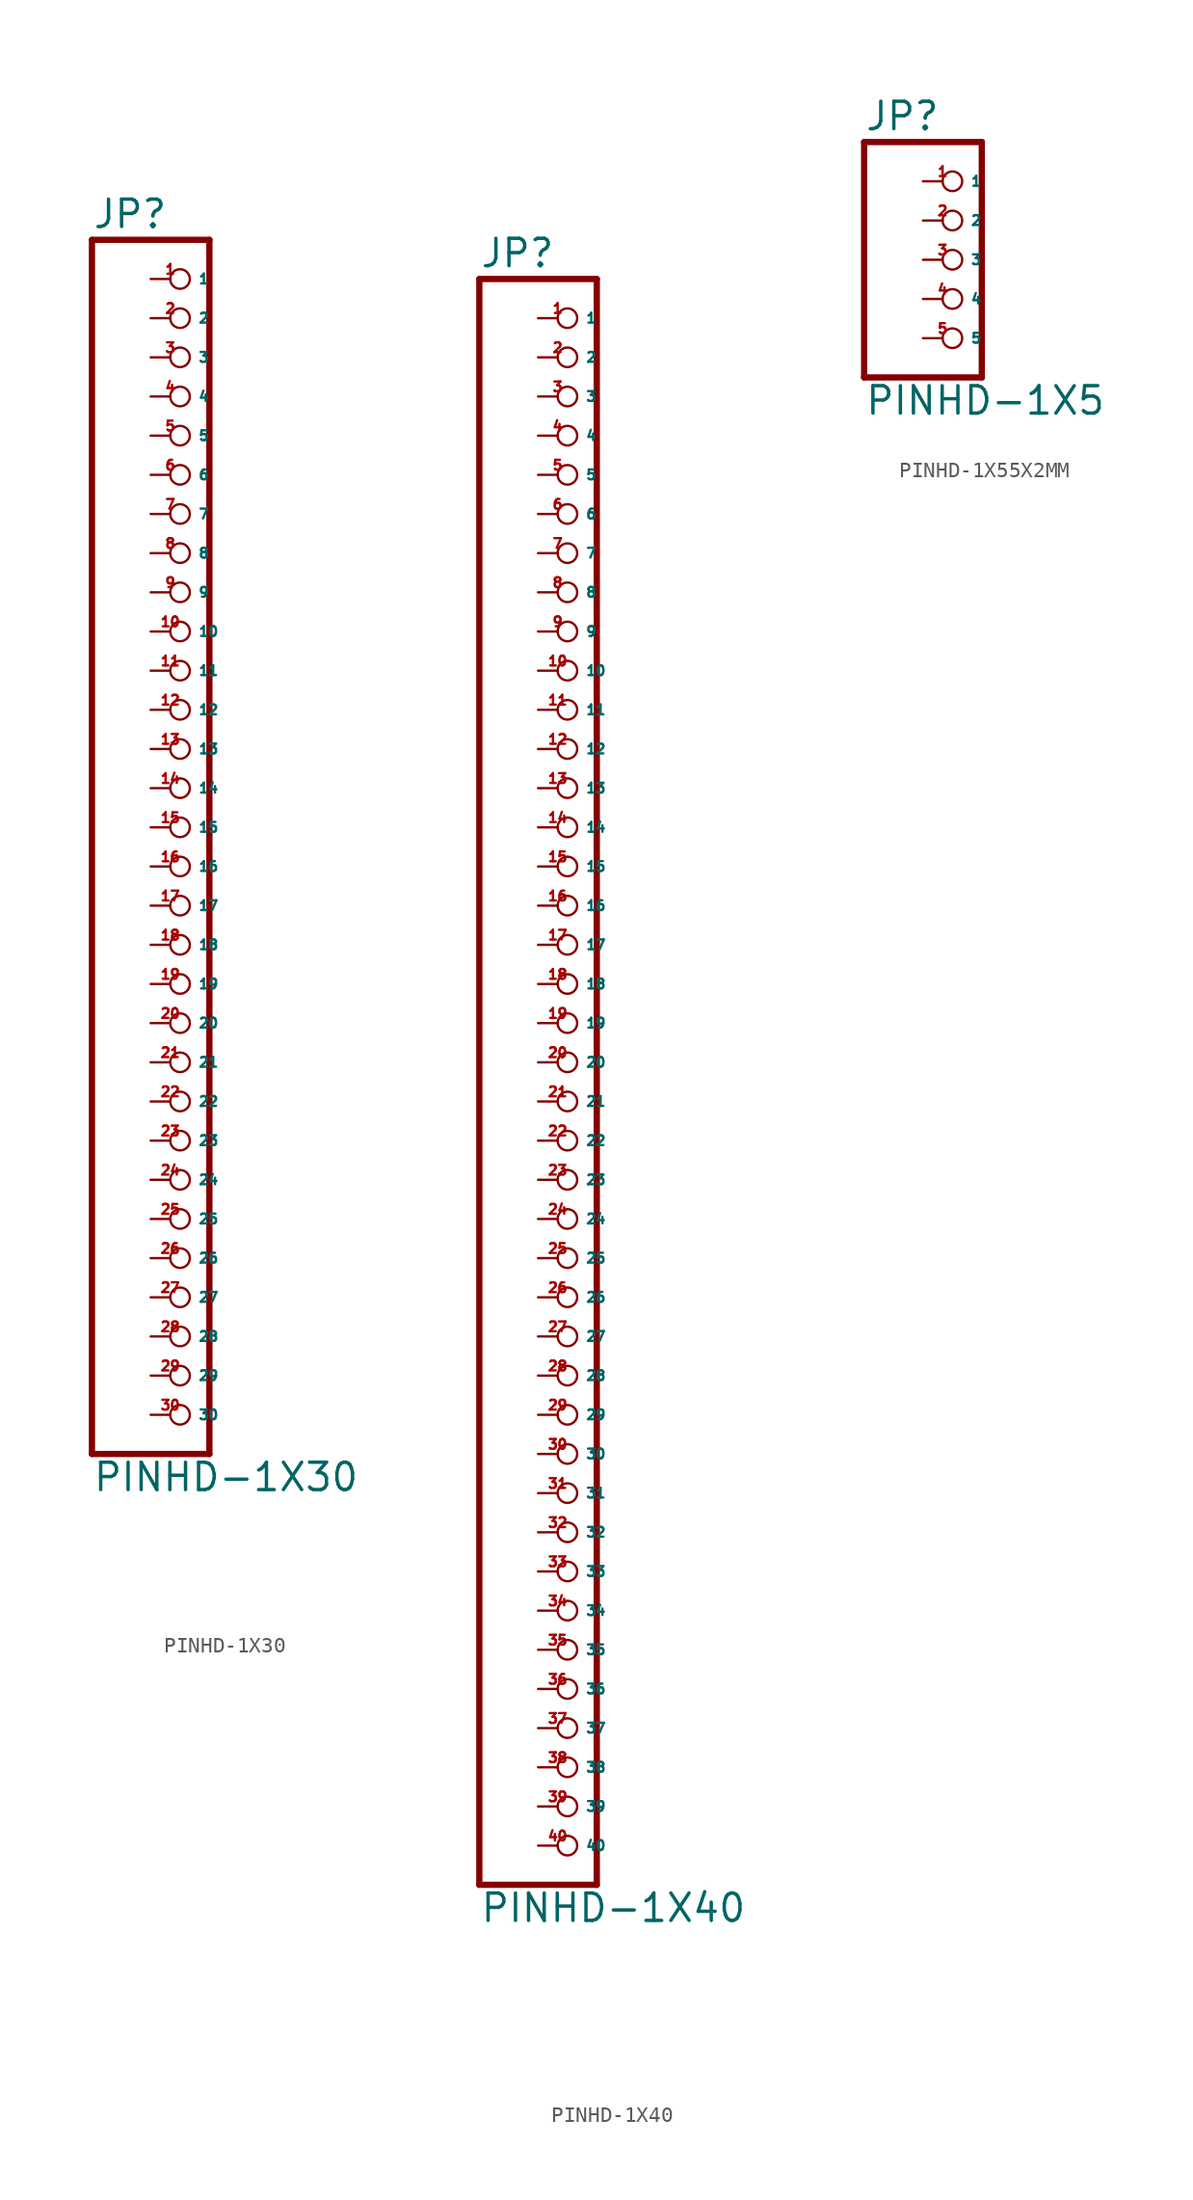
<source format=kicad_sym>
(kicad_symbol_lib
  (version 20220914)
  (generator Eagle2Kicad)
  (symbol "PINHD-1X30"
    (property "Reference" "JP"
      (at -6.35 38.735 0)
      (effects (font (size 1.778 1.778) (thickness 0.22)) (justify left bottom)))
    (property "Value" "PINHD-1X30"
      (at -6.35 -43.18 0)
      (effects (font (size 1.778 1.778) (thickness 0.22)) (justify left bottom)))
    (polyline
      (pts (xy -6.35 -40.64) (xy 1.27 -40.64))
      (stroke (width 0.406) (type default))
      (fill (type none)))
    (polyline
      (pts (xy 1.27 -40.64) (xy 1.27 38.1))
      (stroke (width 0.406) (type default))
      (fill (type none)))
    (polyline
      (pts (xy 1.27 38.1) (xy -6.35 38.1))
      (stroke (width 0.406) (type default))
      (fill (type none)))
    (polyline
      (pts (xy -6.35 38.1) (xy -6.35 -40.64))
      (stroke (width 0.406) (type default))
      (fill (type none)))
    (pin passive inverted
      (at -2.54 35.56 0)
      (length 2.54)
      (name "1" (effects (font (size 0.635 0.635) (thickness 0.08)) (justify left bottom)))
      (number "1" (effects (font (size 0.635 0.635) (thickness 0.08)) (justify left bottom))))
    (pin passive inverted
      (at -2.54 33.02 0)
      (length 2.54)
      (name "2" (effects (font (size 0.635 0.635) (thickness 0.08)) (justify left bottom)))
      (number "2" (effects (font (size 0.635 0.635) (thickness 0.08)) (justify left bottom))))
    (pin passive inverted
      (at -2.54 30.48 0)
      (length 2.54)
      (name "3" (effects (font (size 0.635 0.635) (thickness 0.08)) (justify left bottom)))
      (number "3" (effects (font (size 0.635 0.635) (thickness 0.08)) (justify left bottom))))
    (pin passive inverted
      (at -2.54 27.94 0)
      (length 2.54)
      (name "4" (effects (font (size 0.635 0.635) (thickness 0.08)) (justify left bottom)))
      (number "4" (effects (font (size 0.635 0.635) (thickness 0.08)) (justify left bottom))))
    (pin passive inverted
      (at -2.54 25.4 0)
      (length 2.54)
      (name "5" (effects (font (size 0.635 0.635) (thickness 0.08)) (justify left bottom)))
      (number "5" (effects (font (size 0.635 0.635) (thickness 0.08)) (justify left bottom))))
    (pin passive inverted
      (at -2.54 22.86 0)
      (length 2.54)
      (name "6" (effects (font (size 0.635 0.635) (thickness 0.08)) (justify left bottom)))
      (number "6" (effects (font (size 0.635 0.635) (thickness 0.08)) (justify left bottom))))
    (pin passive inverted
      (at -2.54 20.32 0)
      (length 2.54)
      (name "7" (effects (font (size 0.635 0.635) (thickness 0.08)) (justify left bottom)))
      (number "7" (effects (font (size 0.635 0.635) (thickness 0.08)) (justify left bottom))))
    (pin passive inverted
      (at -2.54 17.78 0)
      (length 2.54)
      (name "8" (effects (font (size 0.635 0.635) (thickness 0.08)) (justify left bottom)))
      (number "8" (effects (font (size 0.635 0.635) (thickness 0.08)) (justify left bottom))))
    (pin passive inverted
      (at -2.54 15.24 0)
      (length 2.54)
      (name "9" (effects (font (size 0.635 0.635) (thickness 0.08)) (justify left bottom)))
      (number "9" (effects (font (size 0.635 0.635) (thickness 0.08)) (justify left bottom))))
    (pin passive inverted
      (at -2.54 12.7 0)
      (length 2.54)
      (name "10" (effects (font (size 0.635 0.635) (thickness 0.08)) (justify left bottom)))
      (number "10" (effects (font (size 0.635 0.635) (thickness 0.08)) (justify left bottom))))
    (pin passive inverted
      (at -2.54 10.16 0)
      (length 2.54)
      (name "11" (effects (font (size 0.635 0.635) (thickness 0.08)) (justify left bottom)))
      (number "11" (effects (font (size 0.635 0.635) (thickness 0.08)) (justify left bottom))))
    (pin passive inverted
      (at -2.54 7.62 0)
      (length 2.54)
      (name "12" (effects (font (size 0.635 0.635) (thickness 0.08)) (justify left bottom)))
      (number "12" (effects (font (size 0.635 0.635) (thickness 0.08)) (justify left bottom))))
    (pin passive inverted
      (at -2.54 5.08 0)
      (length 2.54)
      (name "13" (effects (font (size 0.635 0.635) (thickness 0.08)) (justify left bottom)))
      (number "13" (effects (font (size 0.635 0.635) (thickness 0.08)) (justify left bottom))))
    (pin passive inverted
      (at -2.54 2.54 0)
      (length 2.54)
      (name "14" (effects (font (size 0.635 0.635) (thickness 0.08)) (justify left bottom)))
      (number "14" (effects (font (size 0.635 0.635) (thickness 0.08)) (justify left bottom))))
    (pin passive inverted
      (at -2.54 0 0)
      (length 2.54)
      (name "15" (effects (font (size 0.635 0.635) (thickness 0.08)) (justify left bottom)))
      (number "15" (effects (font (size 0.635 0.635) (thickness 0.08)) (justify left bottom))))
    (pin passive inverted
      (at -2.54 -2.54 0)
      (length 2.54)
      (name "16" (effects (font (size 0.635 0.635) (thickness 0.08)) (justify left bottom)))
      (number "16" (effects (font (size 0.635 0.635) (thickness 0.08)) (justify left bottom))))
    (pin passive inverted
      (at -2.54 -5.08 0)
      (length 2.54)
      (name "17" (effects (font (size 0.635 0.635) (thickness 0.08)) (justify left bottom)))
      (number "17" (effects (font (size 0.635 0.635) (thickness 0.08)) (justify left bottom))))
    (pin passive inverted
      (at -2.54 -7.62 0)
      (length 2.54)
      (name "18" (effects (font (size 0.635 0.635) (thickness 0.08)) (justify left bottom)))
      (number "18" (effects (font (size 0.635 0.635) (thickness 0.08)) (justify left bottom))))
    (pin passive inverted
      (at -2.54 -10.16 0)
      (length 2.54)
      (name "19" (effects (font (size 0.635 0.635) (thickness 0.08)) (justify left bottom)))
      (number "19" (effects (font (size 0.635 0.635) (thickness 0.08)) (justify left bottom))))
    (pin passive inverted
      (at -2.54 -12.7 0)
      (length 2.54)
      (name "20" (effects (font (size 0.635 0.635) (thickness 0.08)) (justify left bottom)))
      (number "20" (effects (font (size 0.635 0.635) (thickness 0.08)) (justify left bottom))))
    (pin passive inverted
      (at -2.54 -15.24 0)
      (length 2.54)
      (name "21" (effects (font (size 0.635 0.635) (thickness 0.08)) (justify left bottom)))
      (number "21" (effects (font (size 0.635 0.635) (thickness 0.08)) (justify left bottom))))
    (pin passive inverted
      (at -2.54 -17.78 0)
      (length 2.54)
      (name "22" (effects (font (size 0.635 0.635) (thickness 0.08)) (justify left bottom)))
      (number "22" (effects (font (size 0.635 0.635) (thickness 0.08)) (justify left bottom))))
    (pin passive inverted
      (at -2.54 -20.32 0)
      (length 2.54)
      (name "23" (effects (font (size 0.635 0.635) (thickness 0.08)) (justify left bottom)))
      (number "23" (effects (font (size 0.635 0.635) (thickness 0.08)) (justify left bottom))))
    (pin passive inverted
      (at -2.54 -22.86 0)
      (length 2.54)
      (name "24" (effects (font (size 0.635 0.635) (thickness 0.08)) (justify left bottom)))
      (number "24" (effects (font (size 0.635 0.635) (thickness 0.08)) (justify left bottom))))
    (pin passive inverted
      (at -2.54 -25.4 0)
      (length 2.54)
      (name "25" (effects (font (size 0.635 0.635) (thickness 0.08)) (justify left bottom)))
      (number "25" (effects (font (size 0.635 0.635) (thickness 0.08)) (justify left bottom))))
    (pin passive inverted
      (at -2.54 -27.94 0)
      (length 2.54)
      (name "26" (effects (font (size 0.635 0.635) (thickness 0.08)) (justify left bottom)))
      (number "26" (effects (font (size 0.635 0.635) (thickness 0.08)) (justify left bottom))))
    (pin passive inverted
      (at -2.54 -30.48 0)
      (length 2.54)
      (name "27" (effects (font (size 0.635 0.635) (thickness 0.08)) (justify left bottom)))
      (number "27" (effects (font (size 0.635 0.635) (thickness 0.08)) (justify left bottom))))
    (pin passive inverted
      (at -2.54 -33.02 0)
      (length 2.54)
      (name "28" (effects (font (size 0.635 0.635) (thickness 0.08)) (justify left bottom)))
      (number "28" (effects (font (size 0.635 0.635) (thickness 0.08)) (justify left bottom))))
    (pin passive inverted
      (at -2.54 -35.56 0)
      (length 2.54)
      (name "29" (effects (font (size 0.635 0.635) (thickness 0.08)) (justify left bottom)))
      (number "29" (effects (font (size 0.635 0.635) (thickness 0.08)) (justify left bottom))))
    (pin passive inverted
      (at -2.54 -38.1 0)
      (length 2.54)
      (name "30" (effects (font (size 0.635 0.635) (thickness 0.08)) (justify left bottom)))
      (number "30" (effects (font (size 0.635 0.635) (thickness 0.08)) (justify left bottom)))))
  (symbol "PINHD-1X40"
    (property "Reference" "JP"
      (at -6.35 51.435 0)
      (effects (font (size 1.778 1.778) (thickness 0.22)) (justify left bottom)))
    (property "Value" "PINHD-1X40"
      (at -6.35 -55.88 0)
      (effects (font (size 1.778 1.778) (thickness 0.22)) (justify left bottom)))
    (polyline
      (pts (xy -6.35 -53.34) (xy 1.27 -53.34))
      (stroke (width 0.406) (type default))
      (fill (type none)))
    (polyline
      (pts (xy 1.27 -53.34) (xy 1.27 50.8))
      (stroke (width 0.406) (type default))
      (fill (type none)))
    (polyline
      (pts (xy 1.27 50.8) (xy -6.35 50.8))
      (stroke (width 0.406) (type default))
      (fill (type none)))
    (polyline
      (pts (xy -6.35 50.8) (xy -6.35 -53.34))
      (stroke (width 0.406) (type default))
      (fill (type none)))
    (pin passive inverted
      (at -2.54 48.26 0)
      (length 2.54)
      (name "1" (effects (font (size 0.635 0.635) (thickness 0.08)) (justify left bottom)))
      (number "1" (effects (font (size 0.635 0.635) (thickness 0.08)) (justify left bottom))))
    (pin passive inverted
      (at -2.54 45.72 0)
      (length 2.54)
      (name "2" (effects (font (size 0.635 0.635) (thickness 0.08)) (justify left bottom)))
      (number "2" (effects (font (size 0.635 0.635) (thickness 0.08)) (justify left bottom))))
    (pin passive inverted
      (at -2.54 43.18 0)
      (length 2.54)
      (name "3" (effects (font (size 0.635 0.635) (thickness 0.08)) (justify left bottom)))
      (number "3" (effects (font (size 0.635 0.635) (thickness 0.08)) (justify left bottom))))
    (pin passive inverted
      (at -2.54 40.64 0)
      (length 2.54)
      (name "4" (effects (font (size 0.635 0.635) (thickness 0.08)) (justify left bottom)))
      (number "4" (effects (font (size 0.635 0.635) (thickness 0.08)) (justify left bottom))))
    (pin passive inverted
      (at -2.54 38.1 0)
      (length 2.54)
      (name "5" (effects (font (size 0.635 0.635) (thickness 0.08)) (justify left bottom)))
      (number "5" (effects (font (size 0.635 0.635) (thickness 0.08)) (justify left bottom))))
    (pin passive inverted
      (at -2.54 35.56 0)
      (length 2.54)
      (name "6" (effects (font (size 0.635 0.635) (thickness 0.08)) (justify left bottom)))
      (number "6" (effects (font (size 0.635 0.635) (thickness 0.08)) (justify left bottom))))
    (pin passive inverted
      (at -2.54 33.02 0)
      (length 2.54)
      (name "7" (effects (font (size 0.635 0.635) (thickness 0.08)) (justify left bottom)))
      (number "7" (effects (font (size 0.635 0.635) (thickness 0.08)) (justify left bottom))))
    (pin passive inverted
      (at -2.54 30.48 0)
      (length 2.54)
      (name "8" (effects (font (size 0.635 0.635) (thickness 0.08)) (justify left bottom)))
      (number "8" (effects (font (size 0.635 0.635) (thickness 0.08)) (justify left bottom))))
    (pin passive inverted
      (at -2.54 27.94 0)
      (length 2.54)
      (name "9" (effects (font (size 0.635 0.635) (thickness 0.08)) (justify left bottom)))
      (number "9" (effects (font (size 0.635 0.635) (thickness 0.08)) (justify left bottom))))
    (pin passive inverted
      (at -2.54 25.4 0)
      (length 2.54)
      (name "10" (effects (font (size 0.635 0.635) (thickness 0.08)) (justify left bottom)))
      (number "10" (effects (font (size 0.635 0.635) (thickness 0.08)) (justify left bottom))))
    (pin passive inverted
      (at -2.54 22.86 0)
      (length 2.54)
      (name "11" (effects (font (size 0.635 0.635) (thickness 0.08)) (justify left bottom)))
      (number "11" (effects (font (size 0.635 0.635) (thickness 0.08)) (justify left bottom))))
    (pin passive inverted
      (at -2.54 20.32 0)
      (length 2.54)
      (name "12" (effects (font (size 0.635 0.635) (thickness 0.08)) (justify left bottom)))
      (number "12" (effects (font (size 0.635 0.635) (thickness 0.08)) (justify left bottom))))
    (pin passive inverted
      (at -2.54 17.78 0)
      (length 2.54)
      (name "13" (effects (font (size 0.635 0.635) (thickness 0.08)) (justify left bottom)))
      (number "13" (effects (font (size 0.635 0.635) (thickness 0.08)) (justify left bottom))))
    (pin passive inverted
      (at -2.54 15.24 0)
      (length 2.54)
      (name "14" (effects (font (size 0.635 0.635) (thickness 0.08)) (justify left bottom)))
      (number "14" (effects (font (size 0.635 0.635) (thickness 0.08)) (justify left bottom))))
    (pin passive inverted
      (at -2.54 12.7 0)
      (length 2.54)
      (name "15" (effects (font (size 0.635 0.635) (thickness 0.08)) (justify left bottom)))
      (number "15" (effects (font (size 0.635 0.635) (thickness 0.08)) (justify left bottom))))
    (pin passive inverted
      (at -2.54 10.16 0)
      (length 2.54)
      (name "16" (effects (font (size 0.635 0.635) (thickness 0.08)) (justify left bottom)))
      (number "16" (effects (font (size 0.635 0.635) (thickness 0.08)) (justify left bottom))))
    (pin passive inverted
      (at -2.54 7.62 0)
      (length 2.54)
      (name "17" (effects (font (size 0.635 0.635) (thickness 0.08)) (justify left bottom)))
      (number "17" (effects (font (size 0.635 0.635) (thickness 0.08)) (justify left bottom))))
    (pin passive inverted
      (at -2.54 5.08 0)
      (length 2.54)
      (name "18" (effects (font (size 0.635 0.635) (thickness 0.08)) (justify left bottom)))
      (number "18" (effects (font (size 0.635 0.635) (thickness 0.08)) (justify left bottom))))
    (pin passive inverted
      (at -2.54 2.54 0)
      (length 2.54)
      (name "19" (effects (font (size 0.635 0.635) (thickness 0.08)) (justify left bottom)))
      (number "19" (effects (font (size 0.635 0.635) (thickness 0.08)) (justify left bottom))))
    (pin passive inverted
      (at -2.54 0 0)
      (length 2.54)
      (name "20" (effects (font (size 0.635 0.635) (thickness 0.08)) (justify left bottom)))
      (number "20" (effects (font (size 0.635 0.635) (thickness 0.08)) (justify left bottom))))
    (pin passive inverted
      (at -2.54 -2.54 0)
      (length 2.54)
      (name "21" (effects (font (size 0.635 0.635) (thickness 0.08)) (justify left bottom)))
      (number "21" (effects (font (size 0.635 0.635) (thickness 0.08)) (justify left bottom))))
    (pin passive inverted
      (at -2.54 -5.08 0)
      (length 2.54)
      (name "22" (effects (font (size 0.635 0.635) (thickness 0.08)) (justify left bottom)))
      (number "22" (effects (font (size 0.635 0.635) (thickness 0.08)) (justify left bottom))))
    (pin passive inverted
      (at -2.54 -7.62 0)
      (length 2.54)
      (name "23" (effects (font (size 0.635 0.635) (thickness 0.08)) (justify left bottom)))
      (number "23" (effects (font (size 0.635 0.635) (thickness 0.08)) (justify left bottom))))
    (pin passive inverted
      (at -2.54 -10.16 0)
      (length 2.54)
      (name "24" (effects (font (size 0.635 0.635) (thickness 0.08)) (justify left bottom)))
      (number "24" (effects (font (size 0.635 0.635) (thickness 0.08)) (justify left bottom))))
    (pin passive inverted
      (at -2.54 -12.7 0)
      (length 2.54)
      (name "25" (effects (font (size 0.635 0.635) (thickness 0.08)) (justify left bottom)))
      (number "25" (effects (font (size 0.635 0.635) (thickness 0.08)) (justify left bottom))))
    (pin passive inverted
      (at -2.54 -15.24 0)
      (length 2.54)
      (name "26" (effects (font (size 0.635 0.635) (thickness 0.08)) (justify left bottom)))
      (number "26" (effects (font (size 0.635 0.635) (thickness 0.08)) (justify left bottom))))
    (pin passive inverted
      (at -2.54 -17.78 0)
      (length 2.54)
      (name "27" (effects (font (size 0.635 0.635) (thickness 0.08)) (justify left bottom)))
      (number "27" (effects (font (size 0.635 0.635) (thickness 0.08)) (justify left bottom))))
    (pin passive inverted
      (at -2.54 -20.32 0)
      (length 2.54)
      (name "28" (effects (font (size 0.635 0.635) (thickness 0.08)) (justify left bottom)))
      (number "28" (effects (font (size 0.635 0.635) (thickness 0.08)) (justify left bottom))))
    (pin passive inverted
      (at -2.54 -22.86 0)
      (length 2.54)
      (name "29" (effects (font (size 0.635 0.635) (thickness 0.08)) (justify left bottom)))
      (number "29" (effects (font (size 0.635 0.635) (thickness 0.08)) (justify left bottom))))
    (pin passive inverted
      (at -2.54 -25.4 0)
      (length 2.54)
      (name "30" (effects (font (size 0.635 0.635) (thickness 0.08)) (justify left bottom)))
      (number "30" (effects (font (size 0.635 0.635) (thickness 0.08)) (justify left bottom))))
    (pin passive inverted
      (at -2.54 -27.94 0)
      (length 2.54)
      (name "31" (effects (font (size 0.635 0.635) (thickness 0.08)) (justify left bottom)))
      (number "31" (effects (font (size 0.635 0.635) (thickness 0.08)) (justify left bottom))))
    (pin passive inverted
      (at -2.54 -30.48 0)
      (length 2.54)
      (name "32" (effects (font (size 0.635 0.635) (thickness 0.08)) (justify left bottom)))
      (number "32" (effects (font (size 0.635 0.635) (thickness 0.08)) (justify left bottom))))
    (pin passive inverted
      (at -2.54 -33.02 0)
      (length 2.54)
      (name "33" (effects (font (size 0.635 0.635) (thickness 0.08)) (justify left bottom)))
      (number "33" (effects (font (size 0.635 0.635) (thickness 0.08)) (justify left bottom))))
    (pin passive inverted
      (at -2.54 -35.56 0)
      (length 2.54)
      (name "34" (effects (font (size 0.635 0.635) (thickness 0.08)) (justify left bottom)))
      (number "34" (effects (font (size 0.635 0.635) (thickness 0.08)) (justify left bottom))))
    (pin passive inverted
      (at -2.54 -38.1 0)
      (length 2.54)
      (name "35" (effects (font (size 0.635 0.635) (thickness 0.08)) (justify left bottom)))
      (number "35" (effects (font (size 0.635 0.635) (thickness 0.08)) (justify left bottom))))
    (pin passive inverted
      (at -2.54 -40.64 0)
      (length 2.54)
      (name "36" (effects (font (size 0.635 0.635) (thickness 0.08)) (justify left bottom)))
      (number "36" (effects (font (size 0.635 0.635) (thickness 0.08)) (justify left bottom))))
    (pin passive inverted
      (at -2.54 -43.18 0)
      (length 2.54)
      (name "37" (effects (font (size 0.635 0.635) (thickness 0.08)) (justify left bottom)))
      (number "37" (effects (font (size 0.635 0.635) (thickness 0.08)) (justify left bottom))))
    (pin passive inverted
      (at -2.54 -45.72 0)
      (length 2.54)
      (name "38" (effects (font (size 0.635 0.635) (thickness 0.08)) (justify left bottom)))
      (number "38" (effects (font (size 0.635 0.635) (thickness 0.08)) (justify left bottom))))
    (pin passive inverted
      (at -2.54 -48.26 0)
      (length 2.54)
      (name "39" (effects (font (size 0.635 0.635) (thickness 0.08)) (justify left bottom)))
      (number "39" (effects (font (size 0.635 0.635) (thickness 0.08)) (justify left bottom))))
    (pin passive inverted
      (at -2.54 -50.8 0)
      (length 2.54)
      (name "40" (effects (font (size 0.635 0.635) (thickness 0.08)) (justify left bottom)))
      (number "40" (effects (font (size 0.635 0.635) (thickness 0.08)) (justify left bottom)))))
  (symbol "PINHD-1X55X2MM"
    (property "Reference" "JP"
      (at -6.35 8.255 0)
      (effects (font (size 1.778 1.778) (thickness 0.22)) (justify left bottom)))
    (property "Value" "PINHD-1X5"
      (at -6.35 -10.16 0)
      (effects (font (size 1.778 1.778) (thickness 0.22)) (justify left bottom)))
    (polyline
      (pts (xy -6.35 -7.62) (xy 1.27 -7.62))
      (stroke (width 0.406) (type default))
      (fill (type none)))
    (polyline
      (pts (xy 1.27 -7.62) (xy 1.27 7.62))
      (stroke (width 0.406) (type default))
      (fill (type none)))
    (polyline
      (pts (xy 1.27 7.62) (xy -6.35 7.62))
      (stroke (width 0.406) (type default))
      (fill (type none)))
    (polyline
      (pts (xy -6.35 7.62) (xy -6.35 -7.62))
      (stroke (width 0.406) (type default))
      (fill (type none)))
    (pin passive inverted
      (at -2.54 5.08 0)
      (length 2.54)
      (name "1" (effects (font (size 0.635 0.635) (thickness 0.08)) (justify left bottom)))
      (number "1" (effects (font (size 0.635 0.635) (thickness 0.08)) (justify left bottom))))
    (pin passive inverted
      (at -2.54 2.54 0)
      (length 2.54)
      (name "2" (effects (font (size 0.635 0.635) (thickness 0.08)) (justify left bottom)))
      (number "2" (effects (font (size 0.635 0.635) (thickness 0.08)) (justify left bottom))))
    (pin passive inverted
      (at -2.54 0 0)
      (length 2.54)
      (name "3" (effects (font (size 0.635 0.635) (thickness 0.08)) (justify left bottom)))
      (number "3" (effects (font (size 0.635 0.635) (thickness 0.08)) (justify left bottom))))
    (pin passive inverted
      (at -2.54 -2.54 0)
      (length 2.54)
      (name "4" (effects (font (size 0.635 0.635) (thickness 0.08)) (justify left bottom)))
      (number "4" (effects (font (size 0.635 0.635) (thickness 0.08)) (justify left bottom))))
    (pin passive inverted
      (at -2.54 -5.08 0)
      (length 2.54)
      (name "5" (effects (font (size 0.635 0.635) (thickness 0.08)) (justify left bottom)))
      (number "5" (effects (font (size 0.635 0.635) (thickness 0.08)) (justify left bottom))))))
</source>
